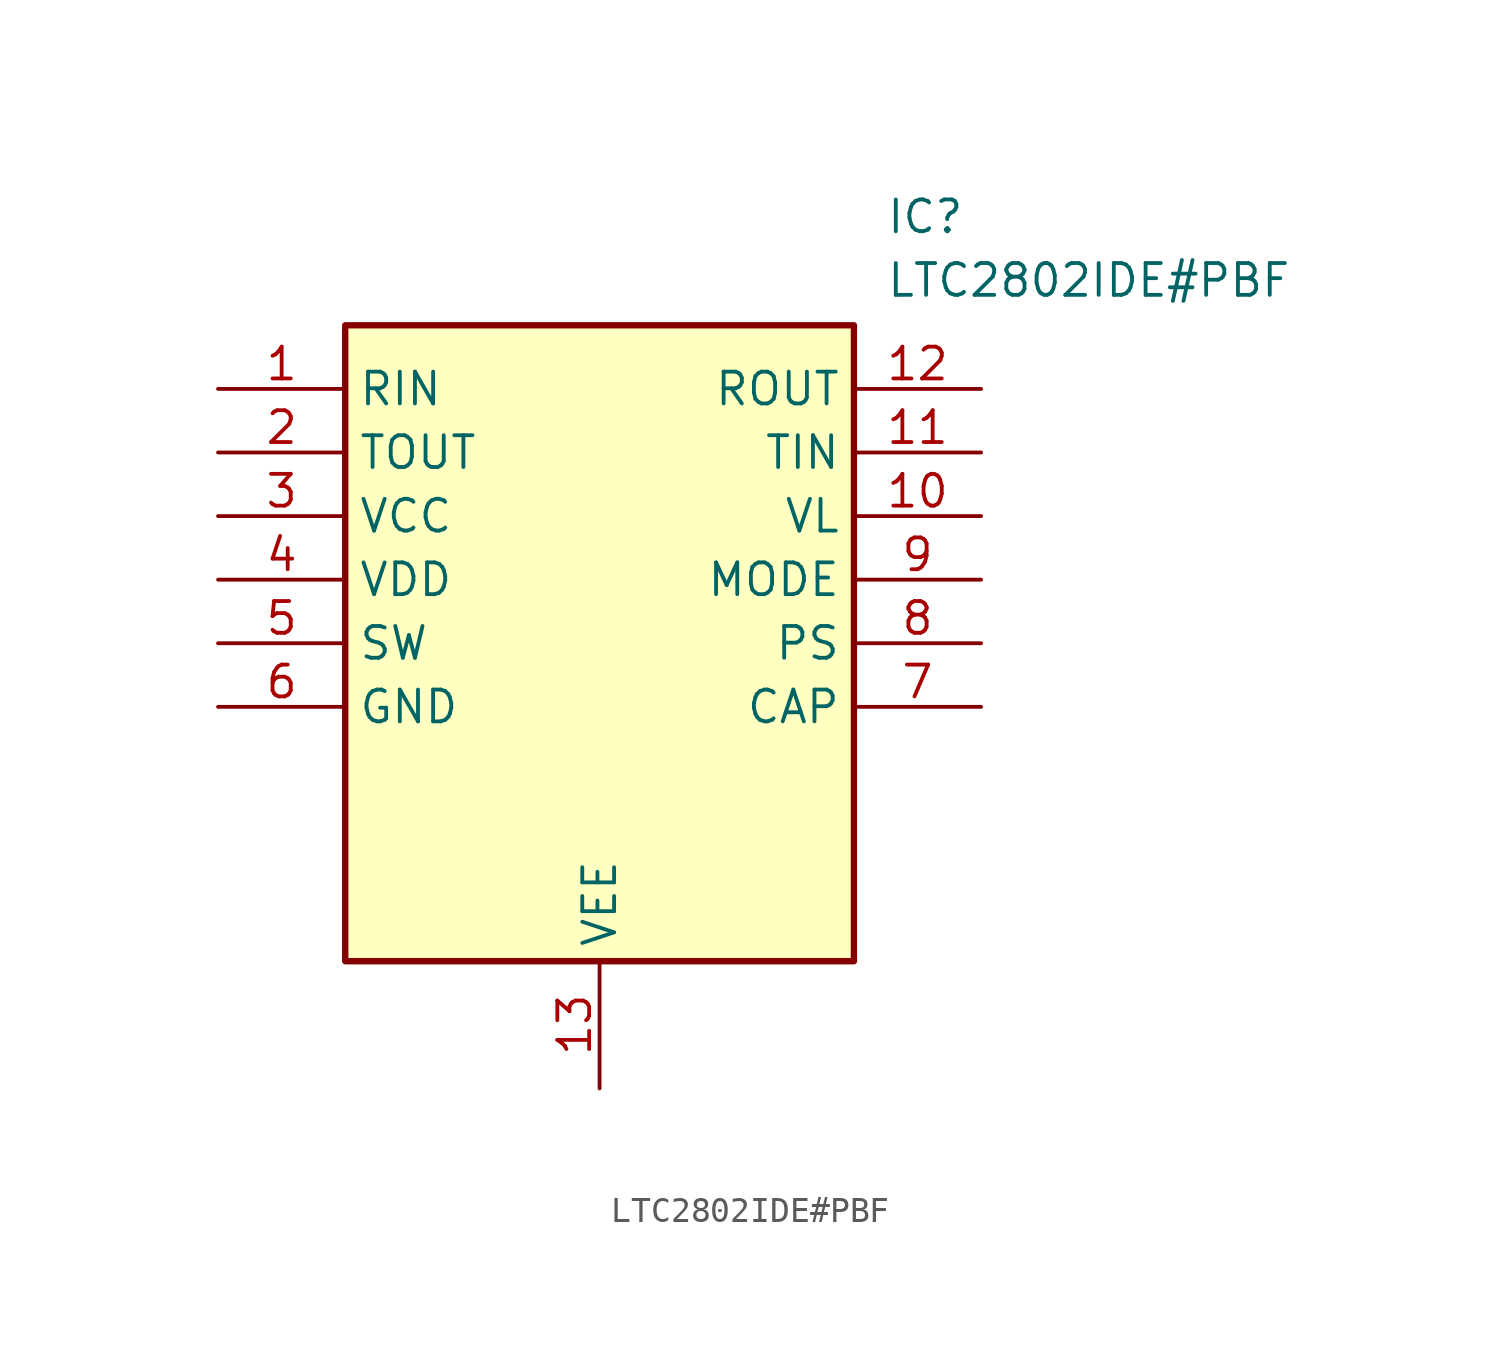
<source format=kicad_sym>
(kicad_symbol_lib
  (version 20211014)
  (generator SamacSys_ECAD_Model)
  (symbol "LTC2802IDE#PBF"
    (property "Reference" "IC"
      (at 26.67 7.62 0)
      (effects (font (size 1.27 1.27)) (justify left top)))
    (property "Value" "LTC2802IDE#PBF"
      (at 26.67 5.08 0)
      (effects (font (size 1.27 1.27)) (justify left top)))
    (rectangle
      (start 5.08 2.54)
      (end 25.4 -22.86)
      (stroke (width 0.254) (type default))
      (fill (type background)))
    (pin passive line
      (at 0 0 0)
      (length 5.08)
      (name "RIN" (effects (font (size 1.27 1.27))))
      (number "1" (effects (font (size 1.27 1.27)))))
    (pin passive line
      (at 0 -2.54 0)
      (length 5.08)
      (name "TOUT" (effects (font (size 1.27 1.27))))
      (number "2" (effects (font (size 1.27 1.27)))))
    (pin passive line
      (at 0 -5.08 0)
      (length 5.08)
      (name "VCC" (effects (font (size 1.27 1.27))))
      (number "3" (effects (font (size 1.27 1.27)))))
    (pin passive line
      (at 0 -7.62 0)
      (length 5.08)
      (name "VDD" (effects (font (size 1.27 1.27))))
      (number "4" (effects (font (size 1.27 1.27)))))
    (pin passive line
      (at 0 -10.16 0)
      (length 5.08)
      (name "SW" (effects (font (size 1.27 1.27))))
      (number "5" (effects (font (size 1.27 1.27)))))
    (pin passive line
      (at 0 -12.7 0)
      (length 5.08)
      (name "GND" (effects (font (size 1.27 1.27))))
      (number "6" (effects (font (size 1.27 1.27)))))
    (pin passive line
      (at 15.24 -27.94 90)
      (length 5.08)
      (name "VEE" (effects (font (size 1.27 1.27))))
      (number "13" (effects (font (size 1.27 1.27)))))
    (pin passive line
      (at 30.48 0 180)
      (length 5.08)
      (name "ROUT" (effects (font (size 1.27 1.27))))
      (number "12" (effects (font (size 1.27 1.27)))))
    (pin passive line
      (at 30.48 -2.54 180)
      (length 5.08)
      (name "TIN" (effects (font (size 1.27 1.27))))
      (number "11" (effects (font (size 1.27 1.27)))))
    (pin passive line
      (at 30.48 -5.08 180)
      (length 5.08)
      (name "VL" (effects (font (size 1.27 1.27))))
      (number "10" (effects (font (size 1.27 1.27)))))
    (pin passive line
      (at 30.48 -7.62 180)
      (length 5.08)
      (name "MODE" (effects (font (size 1.27 1.27))))
      (number "9" (effects (font (size 1.27 1.27)))))
    (pin passive line
      (at 30.48 -10.16 180)
      (length 5.08)
      (name "PS" (effects (font (size 1.27 1.27))))
      (number "8" (effects (font (size 1.27 1.27)))))
    (pin passive line
      (at 30.48 -12.7 180)
      (length 5.08)
      (name "CAP" (effects (font (size 1.27 1.27))))
      (number "7" (effects (font (size 1.27 1.27)))))))
</source>
